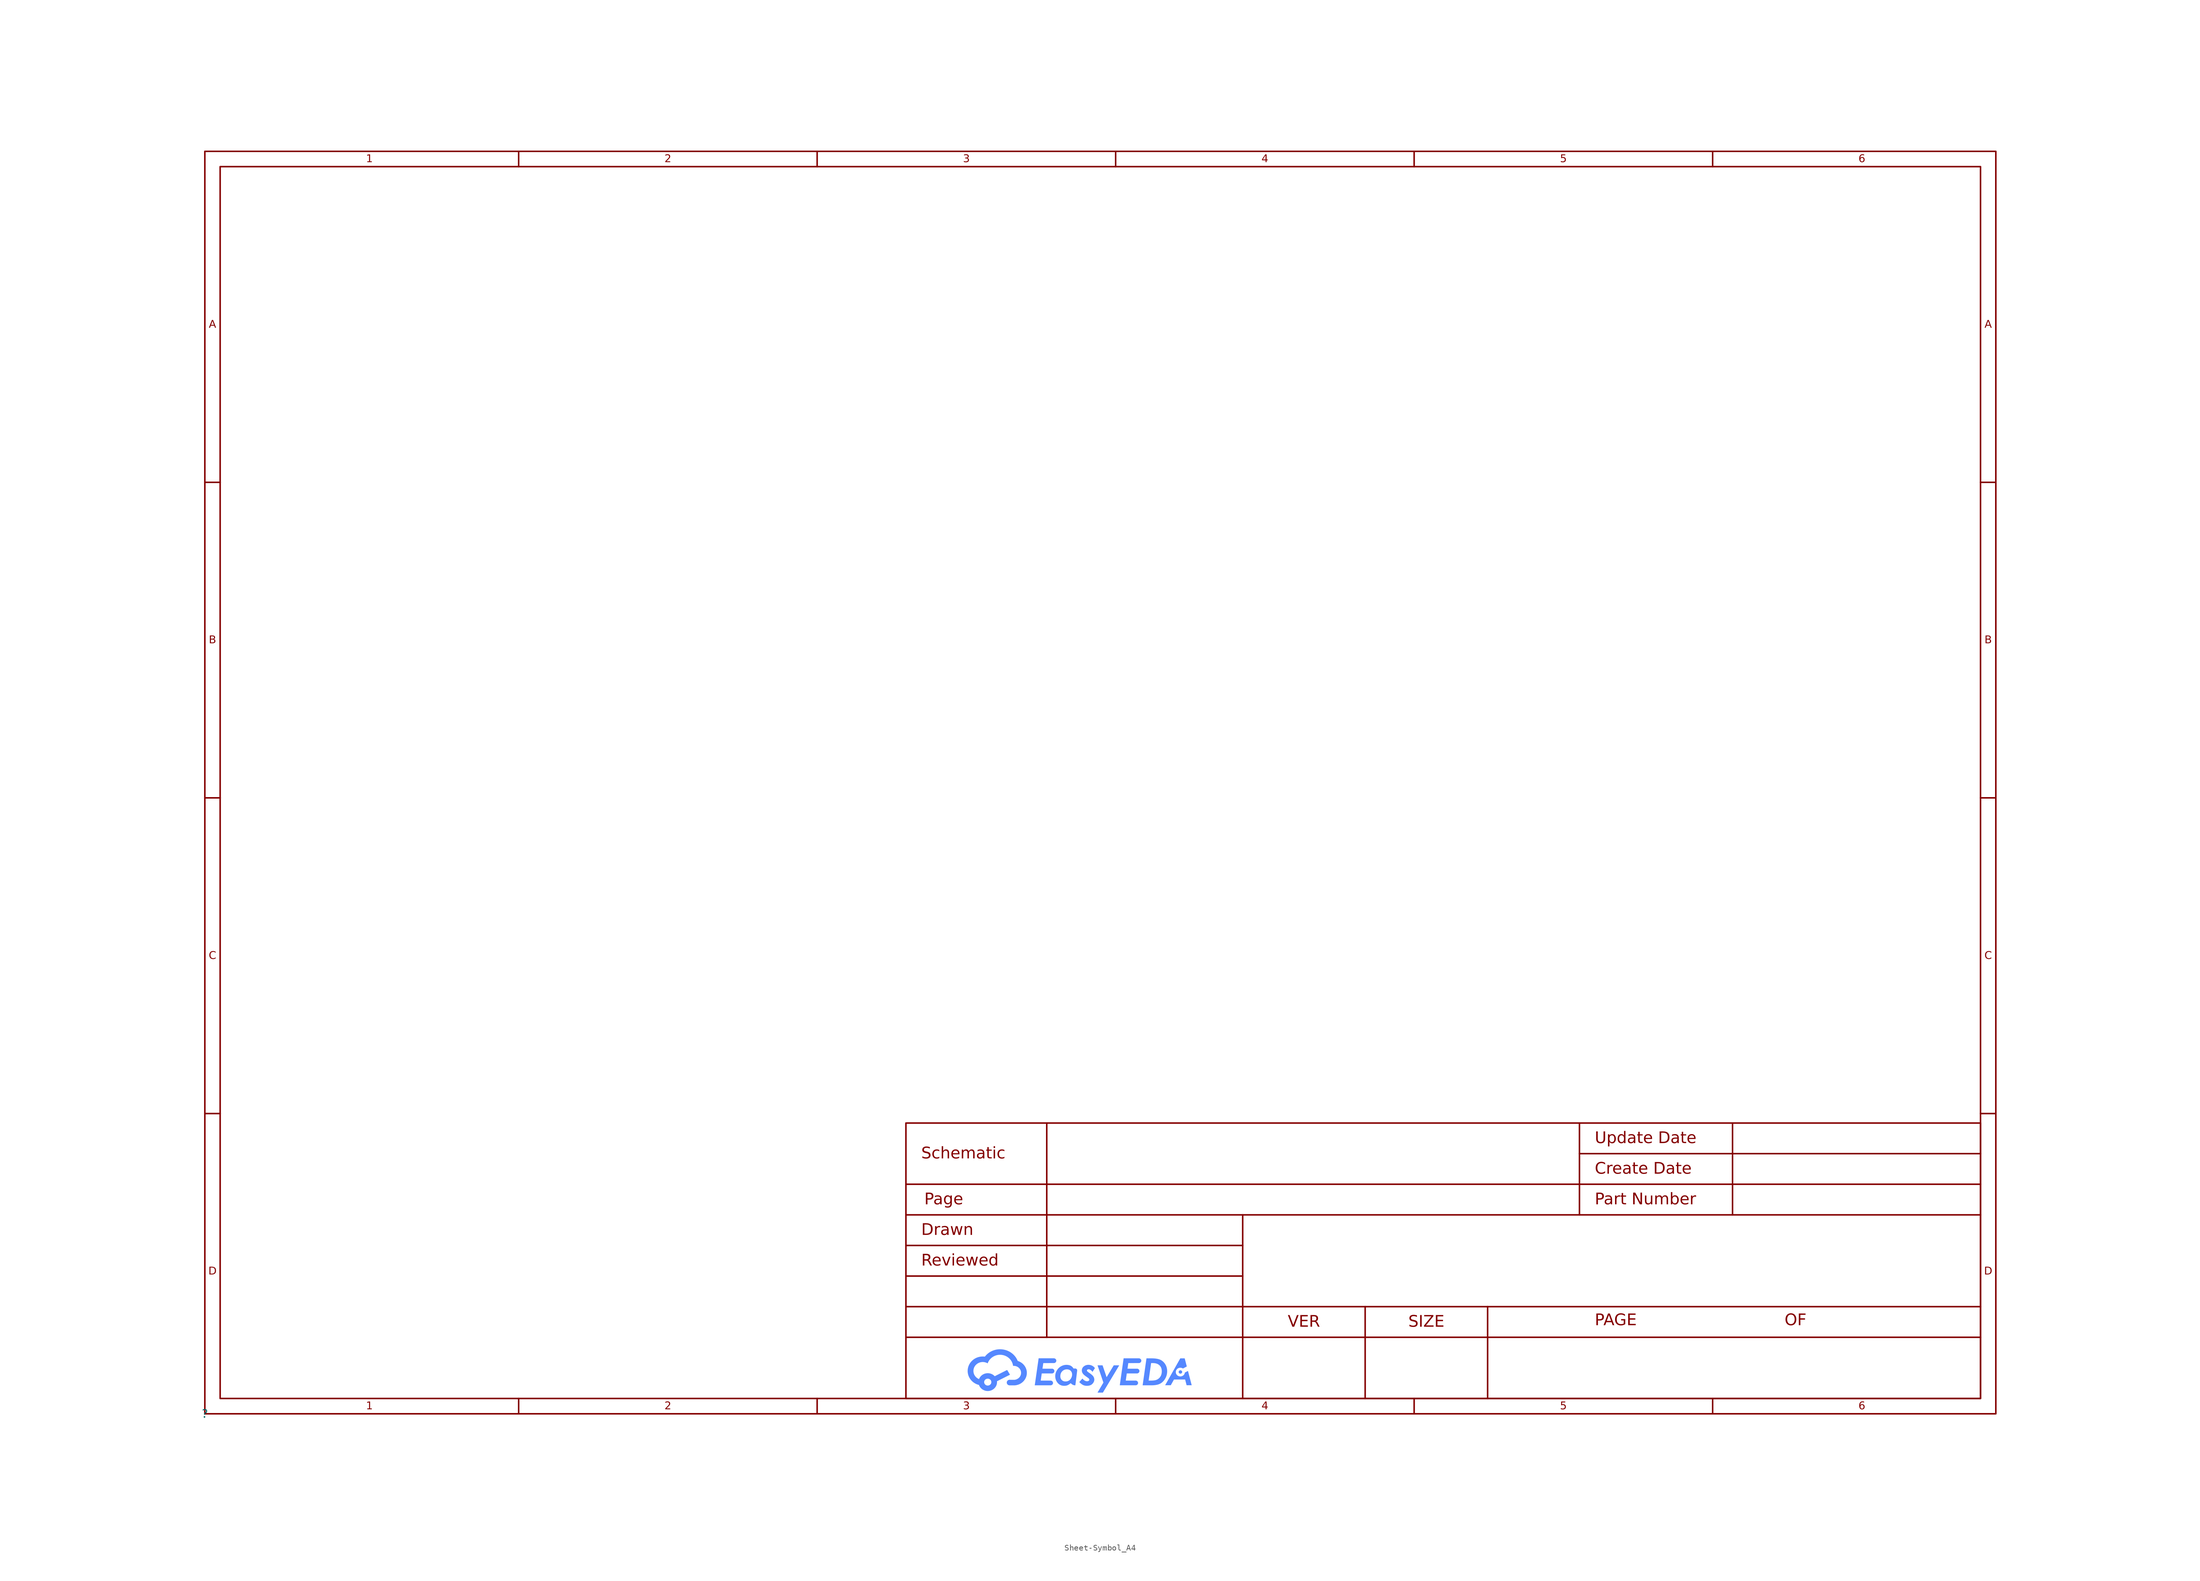
<source format=kicad_sym>
(kicad_symbol_lib
  (version 20231120)
  (generator "kicad_symbol_editor")
  (generator_version "8.0")
  (symbol "Sheet-Symbol_A4"
    (property "Reference" ""
      (at 0 0 0)
      (effects (font (size 1.27 1.27))))
    (property "Value" ""
      (at 0 0 0)
      (effects (font (size 1.27 1.27))))
    (symbol "Sheet-Symbol_A4_0_0"
      (polyline (pts (xy 149.632 6.075) (xy 150.813 8.041) (xy 151.727 8.041) (xy 149.013 3.514) (xy 148.118 3.514) (xy 149.099 5.179) (xy 148.127 8.041) (xy 148.96 8.041) (xy 149.632 6.075)) (stroke (width -0.0001) (type solid)) (fill (type color) (color 85 136 255 1)))
      (polyline (pts (xy 162.939 7.856) (xy 162.295 7.515) (xy 162.272 7.529) (xy 162.248 7.543) (xy 162.224 7.556) (xy 162.199 7.569) (xy 162.174 7.58) (xy 162.148 7.591) (xy 162.121 7.601) (xy 162.095 7.61) (xy 162.067 7.617) (xy 162.039 7.624) (xy 162.011 7.63) (xy 161.982 7.635) (xy 161.953 7.639) (xy 161.924 7.642) (xy 161.894 7.644) (xy 161.865 7.644) (xy 161.826 7.643) (xy 161.787 7.64) (xy 161.75 7.636) (xy 161.713 7.63) (xy 161.676 7.621) (xy 161.641 7.612) (xy 161.606 7.6) (xy 161.571 7.587) (xy 161.538 7.573) (xy 161.505 7.557) (xy 161.474 7.54) (xy 161.443 7.521) (xy 161.414 7.501) (xy 161.385 7.479) (xy 161.358 7.456) (xy 161.332 7.433) (xy 161.307 7.407) (xy 161.283 7.381) (xy 161.261 7.354) (xy 161.24 7.325) (xy 161.22 7.296) (xy 161.202 7.266) (xy 161.185 7.235) (xy 161.17 7.203) (xy 161.157 7.17) (xy 161.145 7.136) (xy 161.135 7.102) (xy 161.126 7.067) (xy 161.12 7.031) (xy 161.115 6.995) (xy 161.112 6.958) (xy 161.111 6.921) (xy 161.112 6.884) (xy 161.115 6.847) (xy 161.12 6.811) (xy 161.126 6.776) (xy 161.135 6.74) (xy 161.145 6.706) (xy 161.157 6.673) (xy 161.17 6.64) (xy 161.185 6.608) (xy 161.202 6.577) (xy 161.22 6.546) (xy 161.24 6.517) (xy 161.261 6.489) (xy 161.283 6.461) (xy 161.307 6.435) (xy 161.332 6.41) (xy 161.358 6.386) (xy 161.385 6.363) (xy 161.414 6.342) (xy 161.443 6.322) (xy 161.474 6.303) (xy 161.505 6.285) (xy 161.538 6.269) (xy 161.571 6.255) (xy 161.606 6.242) (xy 161.641 6.231) (xy 161.676 6.221) (xy 161.713 6.213) (xy 161.75 6.207) (xy 161.787 6.202) (xy 161.826 6.199) (xy 161.865 6.198) (xy 161.901 6.199) (xy 161.936 6.202) (xy 161.971 6.205) (xy 162.006 6.211) (xy 162.04 6.218) (xy 162.073 6.226) (xy 162.106 6.236) (xy 162.139 6.247) (xy 162.17 6.26) (xy 162.201 6.274) (xy 162.231 6.289) (xy 162.26 6.306) (xy 162.288 6.323) (xy 162.316 6.342) (xy 162.343 6.362) (xy 162.368 6.383) (xy 162.393 6.405) (xy 162.416 6.428) (xy 162.439 6.452) (xy 162.46 6.477) (xy 162.48 6.503) (xy 162.499 6.53) (xy 162.517 6.558) (xy 162.533 6.586) (xy 162.548 6.615) (xy 162.562 6.645) (xy 162.574 6.676) (xy 162.585 6.707) (xy 162.595 6.739) (xy 162.602 6.772) (xy 162.609 6.805) (xy 162.613 6.839) (xy 163.132 7.113) (xy 163.751 4.737) (xy 162.904 4.737) (xy 162.658 5.687) (xy 160.811 5.687) (xy 160.281 4.737) (xy 159.341 4.737) (xy 161.853 9.199) (xy 162.59 9.199) (xy 162.939 7.856)) (stroke (width -0.0001) (type solid)) (fill (type color) (color 85 136 255 1)))
      (polyline (pts (xy 161.893 7.218) (xy 161.908 7.216) (xy 161.923 7.215) (xy 161.937 7.212) (xy 161.951 7.209) (xy 161.965 7.205) (xy 161.978 7.201) (xy 161.992 7.196) (xy 162.005 7.191) (xy 162.017 7.184) (xy 162.029 7.178) (xy 162.041 7.17) (xy 162.052 7.163) (xy 162.063 7.154) (xy 162.074 7.146) (xy 162.084 7.136) (xy 162.094 7.127) (xy 162.103 7.117) (xy 162.112 7.106) (xy 162.12 7.095) (xy 162.127 7.084) (xy 162.134 7.072) (xy 162.141 7.06) (xy 162.146 7.048) (xy 162.152 7.035) (xy 162.156 7.022) (xy 162.16 7.009) (xy 162.163 6.995) (xy 162.166 6.981) (xy 162.168 6.968) (xy 162.169 6.953) (xy 162.169 6.939) (xy 162.169 6.925) (xy 162.168 6.911) (xy 162.166 6.897) (xy 162.163 6.883) (xy 162.16 6.869) (xy 162.156 6.856) (xy 162.152 6.843) (xy 162.146 6.83) (xy 162.141 6.818) (xy 162.134 6.806) (xy 162.127 6.795) (xy 162.12 6.783) (xy 162.112 6.772) (xy 162.103 6.762) (xy 162.094 6.752) (xy 162.084 6.742) (xy 162.074 6.733) (xy 162.063 6.724) (xy 162.052 6.716) (xy 162.041 6.708) (xy 162.029 6.701) (xy 162.017 6.694) (xy 162.005 6.688) (xy 161.992 6.682) (xy 161.978 6.677) (xy 161.965 6.673) (xy 161.951 6.669) (xy 161.937 6.666) (xy 161.923 6.663) (xy 161.908 6.662) (xy 161.893 6.66) (xy 161.879 6.66) (xy 161.864 6.66) (xy 161.849 6.662) (xy 161.834 6.663) (xy 161.82 6.666) (xy 161.806 6.669) (xy 161.792 6.673) (xy 161.779 6.677) (xy 161.765 6.682) (xy 161.752 6.688) (xy 161.74 6.694) (xy 161.728 6.701) (xy 161.716 6.708) (xy 161.705 6.716) (xy 161.694 6.724) (xy 161.683 6.733) (xy 161.673 6.742) (xy 161.663 6.752) (xy 161.654 6.762) (xy 161.646 6.772) (xy 161.637 6.783) (xy 161.63 6.795) (xy 161.623 6.806) (xy 161.617 6.818) (xy 161.611 6.83) (xy 161.606 6.843) (xy 161.601 6.856) (xy 161.597 6.869) (xy 161.594 6.883) (xy 161.591 6.897) (xy 161.589 6.911) (xy 161.588 6.925) (xy 161.588 6.939) (xy 161.588 6.953) (xy 161.589 6.968) (xy 161.591 6.981) (xy 161.594 6.995) (xy 161.597 7.009) (xy 161.601 7.022) (xy 161.606 7.035) (xy 161.611 7.048) (xy 161.617 7.06) (xy 161.623 7.072) (xy 161.63 7.084) (xy 161.637 7.095) (xy 161.646 7.106) (xy 161.654 7.117) (xy 161.663 7.127) (xy 161.673 7.136) (xy 161.683 7.146) (xy 161.694 7.154) (xy 161.705 7.163) (xy 161.716 7.17) (xy 161.728 7.178) (xy 161.74 7.184) (xy 161.752 7.191) (xy 161.765 7.196) (xy 161.779 7.201) (xy 161.792 7.205) (xy 161.806 7.209) (xy 161.82 7.212) (xy 161.834 7.215) (xy 161.849 7.216) (xy 161.864 7.218) (xy 161.879 7.218) (xy 161.893 7.218)) (stroke (width -0.0001) (type solid)) (fill (type color) (color 85 136 255 1)))
      (polyline (pts (xy 157.114 9.205) (xy 157.238 9.202) (xy 157.357 9.198) (xy 157.473 9.191) (xy 157.584 9.183) (xy 157.692 9.173) (xy 157.795 9.161) (xy 157.893 9.147) (xy 157.988 9.132) (xy 158.078 9.114) (xy 158.165 9.095) (xy 158.247 9.073) (xy 158.325 9.05) (xy 158.399 9.025) (xy 158.469 8.998) (xy 158.534 8.97) (xy 158.597 8.939) (xy 158.659 8.907) (xy 158.719 8.872) (xy 158.777 8.835) (xy 158.834 8.796) (xy 158.889 8.755) (xy 158.943 8.712) (xy 158.995 8.667) (xy 159.046 8.62) (xy 159.095 8.57) (xy 159.143 8.518) (xy 159.189 8.465) (xy 159.234 8.409) (xy 159.278 8.351) (xy 159.32 8.291) (xy 159.36 8.229) (xy 159.398 8.165) (xy 159.434 8.1) (xy 159.468 8.034) (xy 159.499 7.966) (xy 159.528 7.897) (xy 159.554 7.827) (xy 159.577 7.756) (xy 159.599 7.684) (xy 159.617 7.61) (xy 159.633 7.535) (xy 159.647 7.459) (xy 159.659 7.382) (xy 159.667 7.304) (xy 159.673 7.224) (xy 159.677 7.144) (xy 159.679 7.062) (xy 159.677 6.977) (xy 159.673 6.894) (xy 159.667 6.811) (xy 159.658 6.729) (xy 159.646 6.648) (xy 159.631 6.568) (xy 159.614 6.489) (xy 159.595 6.41) (xy 159.572 6.333) (xy 159.547 6.256) (xy 159.519 6.181) (xy 159.489 6.106) (xy 159.456 6.032) (xy 159.421 5.958) (xy 159.382 5.886) (xy 159.341 5.814) (xy 159.298 5.745) (xy 159.254 5.678) (xy 159.208 5.613) (xy 159.161 5.551) (xy 159.112 5.49) (xy 159.062 5.433) (xy 159.011 5.377) (xy 158.958 5.324) (xy 158.904 5.274) (xy 158.849 5.226) (xy 158.792 5.18) (xy 158.734 5.136) (xy 158.674 5.095) (xy 158.613 5.057) (xy 158.551 5.021) (xy 158.488 4.987) (xy 158.422 4.955) (xy 158.353 4.926) (xy 158.281 4.898) (xy 158.206 4.872) (xy 158.128 4.849) (xy 158.046 4.828) (xy 157.962 4.808) (xy 157.874 4.791) (xy 157.783 4.776) (xy 157.689 4.762) (xy 157.592 4.751) (xy 157.492 4.742) (xy 157.389 4.735) (xy 157.282 4.73) (xy 157.173 4.727) (xy 157.06 4.726) (xy 155.609 4.726) (xy 155.72 5.509) (xy 156.604 5.509) (xy 156.893 5.509) (xy 157.053 5.511) (xy 157.202 5.516) (xy 157.273 5.519) (xy 157.34 5.524) (xy 157.405 5.529) (xy 157.467 5.536) (xy 157.525 5.543) (xy 157.581 5.551) (xy 157.635 5.559) (xy 157.685 5.569) (xy 157.732 5.58) (xy 157.777 5.591) (xy 157.819 5.603) (xy 157.858 5.616) (xy 157.909 5.636) (xy 157.96 5.657) (xy 158.009 5.68) (xy 158.056 5.705) (xy 158.103 5.731) (xy 158.148 5.76) (xy 158.192 5.79) (xy 158.235 5.822) (xy 158.276 5.855) (xy 158.316 5.89) (xy 158.355 5.927) (xy 158.392 5.965) (xy 158.429 6.005) (xy 158.464 6.047) (xy 158.497 6.091) (xy 158.53 6.136) (xy 158.56 6.183) (xy 158.589 6.231) (xy 158.616 6.28) (xy 158.641 6.331) (xy 158.664 6.383) (xy 158.685 6.437) (xy 158.703 6.492) (xy 158.72 6.548) (xy 158.735 6.606) (xy 158.748 6.665) (xy 158.759 6.725) (xy 158.768 6.787) (xy 158.776 6.85) (xy 158.781 6.914) (xy 158.784 6.979) (xy 158.786 7.046) (xy 158.785 7.101) (xy 158.783 7.155) (xy 158.779 7.208) (xy 158.774 7.26) (xy 158.768 7.31) (xy 158.76 7.359) (xy 158.751 7.408) (xy 158.74 7.455) (xy 158.728 7.501) (xy 158.715 7.546) (xy 158.701 7.589) (xy 158.684 7.632) (xy 158.667 7.673) (xy 158.648 7.714) (xy 158.628 7.753) (xy 158.606 7.791) (xy 158.583 7.829) (xy 158.559 7.865) (xy 158.534 7.899) (xy 158.507 7.933) (xy 158.479 7.966) (xy 158.451 7.998) (xy 158.421 8.028) (xy 158.39 8.058) (xy 158.358 8.086) (xy 158.325 8.114) (xy 158.29 8.14) (xy 158.255 8.165) (xy 158.218 8.189) (xy 158.181 8.213) (xy 158.142 8.235) (xy 158.102 8.256) (xy 158.06 8.275) (xy 158.017 8.294) (xy 157.972 8.311) (xy 157.926 8.327) (xy 157.878 8.342) (xy 157.828 8.355) (xy 157.776 8.367) (xy 157.723 8.378) (xy 157.668 8.387) (xy 157.612 8.396) (xy 157.554 8.403) (xy 157.494 8.408) (xy 157.432 8.413) (xy 157.368 8.416) (xy 157.303 8.418) (xy 157.237 8.418) (xy 157.016 8.418) (xy 156.604 5.509) (xy 155.72 5.509) (xy 156.246 9.206) (xy 156.986 9.206) (xy 157.114 9.205)) (stroke (width -0.0001) (type solid)) (fill (type color) (color 85 136 255 1)))
      (polyline (pts (xy 140.893 9.21) (xy 140.914 9.209) (xy 140.934 9.206) (xy 140.955 9.203) (xy 140.975 9.198) (xy 140.994 9.193) (xy 141.013 9.186) (xy 141.032 9.179) (xy 141.051 9.171) (xy 141.068 9.162) (xy 141.086 9.153) (xy 141.103 9.143) (xy 141.119 9.132) (xy 141.135 9.12) (xy 141.149 9.107) (xy 141.164 9.094) (xy 141.178 9.08) (xy 141.191 9.066) (xy 141.203 9.051) (xy 141.214 9.035) (xy 141.225 9.019) (xy 141.235 9.002) (xy 141.244 8.985) (xy 141.253 8.968) (xy 141.26 8.95) (xy 141.267 8.931) (xy 141.272 8.912) (xy 141.277 8.893) (xy 141.281 8.874) (xy 141.283 8.854) (xy 141.285 8.834) (xy 141.285 8.813) (xy 141.285 8.793) (xy 141.283 8.773) (xy 141.281 8.753) (xy 141.277 8.733) (xy 141.272 8.714) (xy 141.267 8.695) (xy 141.26 8.677) (xy 141.253 8.659) (xy 141.244 8.642) (xy 141.235 8.624) (xy 141.225 8.608) (xy 141.214 8.592) (xy 141.203 8.576) (xy 141.191 8.561) (xy 141.178 8.547) (xy 141.164 8.533) (xy 141.149 8.52) (xy 141.135 8.507) (xy 141.119 8.495) (xy 141.103 8.484) (xy 141.086 8.474) (xy 141.068 8.464) (xy 141.051 8.456) (xy 141.032 8.447) (xy 141.013 8.44) (xy 140.994 8.434) (xy 140.975 8.429) (xy 140.955 8.424) (xy 140.934 8.421) (xy 140.914 8.418) (xy 140.893 8.417) (xy 140.871 8.416) (xy 139.125 8.414) (xy 138.99 7.484) (xy 140.627 7.484) (xy 140.645 7.48) (xy 140.663 7.476) (xy 140.681 7.471) (xy 140.698 7.466) (xy 140.715 7.46) (xy 140.732 7.453) (xy 140.748 7.445) (xy 140.763 7.437) (xy 140.779 7.428) (xy 140.793 7.419) (xy 140.808 7.409) (xy 140.822 7.398) (xy 140.835 7.387) (xy 140.848 7.375) (xy 140.86 7.363) (xy 140.872 7.35) (xy 140.883 7.337) (xy 140.894 7.323) (xy 140.904 7.309) (xy 140.913 7.294) (xy 140.922 7.279) (xy 140.929 7.264) (xy 140.937 7.248) (xy 140.943 7.232) (xy 140.949 7.215) (xy 140.954 7.198) (xy 140.958 7.181) (xy 140.962 7.163) (xy 140.964 7.146) (xy 140.966 7.128) (xy 140.967 7.109) (xy 140.967 7.091) (xy 140.966 7.07) (xy 140.965 7.05) (xy 140.962 7.03) (xy 140.958 7.011) (xy 140.954 6.992) (xy 140.948 6.973) (xy 140.942 6.955) (xy 140.934 6.936) (xy 140.926 6.919) (xy 140.917 6.902) (xy 140.907 6.885) (xy 140.896 6.869) (xy 140.884 6.854) (xy 140.872 6.838) (xy 140.859 6.824) (xy 140.845 6.81) (xy 140.831 6.797) (xy 140.816 6.785) (xy 140.8 6.773) (xy 140.784 6.762) (xy 140.767 6.751) (xy 140.75 6.742) (xy 140.732 6.733) (xy 140.714 6.725) (xy 140.695 6.718) (xy 140.676 6.712) (xy 140.656 6.706) (xy 140.636 6.702) (xy 140.616 6.698) (xy 140.595 6.696) (xy 140.574 6.694) (xy 140.553 6.694) (xy 138.871 6.696) (xy 138.699 5.507) (xy 140.332 5.509) (xy 140.353 5.508) (xy 140.374 5.507) (xy 140.394 5.504) (xy 140.414 5.501) (xy 140.434 5.496) (xy 140.453 5.491) (xy 140.472 5.485) (xy 140.491 5.478) (xy 140.509 5.47) (xy 140.527 5.461) (xy 140.544 5.452) (xy 140.56 5.442) (xy 140.577 5.431) (xy 140.592 5.419) (xy 140.607 5.407) (xy 140.621 5.394) (xy 140.635 5.38) (xy 140.648 5.366) (xy 140.66 5.351) (xy 140.671 5.335) (xy 140.682 5.319) (xy 140.692 5.303) (xy 140.701 5.286) (xy 140.709 5.269) (xy 140.716 5.251) (xy 140.723 5.233) (xy 140.728 5.214) (xy 140.733 5.195) (xy 140.737 5.176) (xy 140.739 5.156) (xy 140.741 5.136) (xy 140.741 5.116) (xy 140.741 5.096) (xy 140.739 5.077) (xy 140.737 5.058) (xy 140.733 5.039) (xy 140.729 5.02) (xy 140.723 5.002) (xy 140.717 4.984) (xy 140.71 4.966) (xy 140.702 4.949) (xy 140.693 4.933) (xy 140.683 4.916) (xy 140.673 4.901) (xy 140.662 4.885) (xy 140.65 4.871) (xy 140.637 4.856) (xy 140.624 4.843) (xy 140.61 4.83) (xy 140.596 4.818) (xy 140.581 4.806) (xy 140.565 4.795) (xy 140.549 4.785) (xy 140.532 4.775) (xy 140.515 4.767) (xy 140.497 4.759) (xy 140.479 4.752) (xy 140.46 4.745) (xy 140.441 4.74) (xy 140.422 4.735) (xy 140.402 4.731) (xy 140.382 4.728) (xy 140.362 4.726) (xy 140.341 4.726) (xy 137.709 4.726) (xy 138.351 9.211) (xy 140.871 9.211) (xy 140.893 9.21)) (stroke (width -0.0001) (type solid)) (fill (type color) (color 85 136 255 1)))
      (polyline (pts (xy 154.995 9.208) (xy 155.016 9.206) (xy 155.037 9.204) (xy 155.058 9.2) (xy 155.078 9.196) (xy 155.098 9.19) (xy 155.117 9.184) (xy 155.136 9.177) (xy 155.154 9.169) (xy 155.172 9.16) (xy 155.189 9.151) (xy 155.206 9.14) (xy 155.222 9.129) (xy 155.238 9.118) (xy 155.253 9.105) (xy 155.268 9.092) (xy 155.281 9.078) (xy 155.295 9.064) (xy 155.307 9.049) (xy 155.319 9.034) (xy 155.33 9.017) (xy 155.34 9.001) (xy 155.349 8.984) (xy 155.357 8.966) (xy 155.365 8.948) (xy 155.372 8.93) (xy 155.378 8.912) (xy 155.383 8.893) (xy 155.387 8.873) (xy 155.389 8.854) (xy 155.392 8.834) (xy 155.393 8.813) (xy 155.392 8.793) (xy 155.39 8.773) (xy 155.388 8.753) (xy 155.384 8.733) (xy 155.379 8.714) (xy 155.374 8.695) (xy 155.367 8.677) (xy 155.36 8.659) (xy 155.351 8.642) (xy 155.342 8.624) (xy 155.332 8.608) (xy 155.322 8.592) (xy 155.31 8.576) (xy 155.298 8.561) (xy 155.285 8.547) (xy 155.271 8.533) (xy 155.257 8.52) (xy 155.242 8.507) (xy 155.226 8.495) (xy 155.21 8.484) (xy 155.193 8.474) (xy 155.175 8.464) (xy 155.158 8.456) (xy 155.139 8.447) (xy 155.12 8.44) (xy 155.101 8.434) (xy 155.082 8.429) (xy 155.062 8.424) (xy 155.041 8.421) (xy 155.021 8.418) (xy 155 8.417) (xy 154.978 8.416) (xy 153.232 8.414) (xy 153.097 7.484) (xy 154.734 7.484) (xy 154.752 7.48) (xy 154.77 7.476) (xy 154.788 7.471) (xy 154.805 7.466) (xy 154.822 7.46) (xy 154.839 7.453) (xy 154.855 7.445) (xy 154.87 7.437) (xy 154.886 7.428) (xy 154.901 7.419) (xy 154.915 7.409) (xy 154.929 7.398) (xy 154.942 7.387) (xy 154.955 7.375) (xy 154.968 7.363) (xy 154.98 7.35) (xy 154.991 7.337) (xy 155.002 7.323) (xy 155.012 7.309) (xy 155.021 7.295) (xy 155.03 7.28) (xy 155.038 7.264) (xy 155.046 7.249) (xy 155.052 7.232) (xy 155.058 7.216) (xy 155.064 7.199) (xy 155.068 7.182) (xy 155.072 7.165) (xy 155.075 7.147) (xy 155.077 7.129) (xy 155.078 7.111) (xy 155.078 7.093) (xy 155.078 7.073) (xy 155.076 7.053) (xy 155.074 7.033) (xy 155.07 7.013) (xy 155.065 6.994) (xy 155.06 6.975) (xy 155.053 6.957) (xy 155.046 6.939) (xy 155.038 6.921) (xy 155.028 6.904) (xy 155.018 6.887) (xy 155.008 6.871) (xy 154.996 6.856) (xy 154.984 6.841) (xy 154.971 6.826) (xy 154.957 6.812) (xy 154.943 6.799) (xy 154.928 6.787) (xy 154.912 6.775) (xy 154.896 6.764) (xy 154.879 6.753) (xy 154.862 6.744) (xy 154.844 6.735) (xy 154.825 6.727) (xy 154.807 6.72) (xy 154.787 6.714) (xy 154.768 6.708) (xy 154.748 6.704) (xy 154.727 6.7) (xy 154.707 6.698) (xy 154.686 6.696) (xy 154.665 6.696) (xy 152.981 6.698) (xy 152.809 5.509) (xy 154.441 5.511) (xy 154.462 5.511) (xy 154.483 5.509) (xy 154.504 5.506) (xy 154.524 5.503) (xy 154.543 5.499) (xy 154.563 5.493) (xy 154.582 5.487) (xy 154.6 5.48) (xy 154.619 5.472) (xy 154.636 5.463) (xy 154.653 5.454) (xy 154.67 5.444) (xy 154.686 5.433) (xy 154.701 5.421) (xy 154.716 5.409) (xy 154.731 5.396) (xy 154.744 5.382) (xy 154.757 5.368) (xy 154.769 5.353) (xy 154.781 5.338) (xy 154.791 5.322) (xy 154.801 5.305) (xy 154.81 5.288) (xy 154.818 5.271) (xy 154.826 5.253) (xy 154.832 5.235) (xy 154.838 5.216) (xy 154.842 5.197) (xy 154.846 5.178) (xy 154.849 5.158) (xy 154.85 5.138) (xy 154.851 5.118) (xy 154.85 5.098) (xy 154.849 5.079) (xy 154.846 5.06) (xy 154.843 5.041) (xy 154.838 5.022) (xy 154.833 5.004) (xy 154.826 4.986) (xy 154.819 4.968) (xy 154.811 4.951) (xy 154.802 4.935) (xy 154.793 4.918) (xy 154.782 4.903) (xy 154.771 4.888) (xy 154.759 4.873) (xy 154.747 4.859) (xy 154.733 4.845) (xy 154.72 4.832) (xy 154.705 4.82) (xy 154.69 4.808) (xy 154.674 4.797) (xy 154.658 4.787) (xy 154.641 4.778) (xy 154.624 4.769) (xy 154.606 4.761) (xy 154.588 4.754) (xy 154.57 4.747) (xy 154.551 4.742) (xy 154.531 4.737) (xy 154.512 4.733) (xy 154.492 4.731) (xy 154.471 4.729) (xy 154.451 4.728) (xy 151.816 4.728) (xy 152.453 9.208) (xy 154.974 9.208) (xy 154.995 9.208)) (stroke (width -0.0001) (type solid)) (fill (type color) (color 85 136 255 1)))
      (polyline (pts (xy 143.017 8.123) (xy 143.059 8.122) (xy 143.103 8.119) (xy 143.147 8.115) (xy 143.192 8.11) (xy 143.238 8.104) (xy 143.284 8.097) (xy 143.329 8.089) (xy 143.374 8.079) (xy 143.419 8.069) (xy 143.462 8.057) (xy 143.505 8.045) (xy 143.546 8.031) (xy 143.585 8.016) (xy 143.622 8) (xy 143.657 7.983) (xy 143.691 7.965) (xy 143.723 7.946) (xy 143.755 7.926) (xy 143.786 7.905) (xy 143.816 7.883) (xy 143.846 7.86) (xy 143.875 7.836) (xy 143.903 7.811) (xy 143.931 7.785) (xy 143.958 7.757) (xy 143.984 7.729) (xy 144.009 7.7) (xy 144.034 7.67) (xy 144.058 7.638) (xy 144.081 7.606) (xy 144.104 7.573) (xy 144.134 7.519) (xy 144.425 7.519) (xy 144.442 7.519) (xy 144.458 7.517) (xy 144.474 7.515) (xy 144.49 7.512) (xy 144.506 7.509) (xy 144.521 7.504) (xy 144.536 7.499) (xy 144.551 7.494) (xy 144.565 7.487) (xy 144.579 7.48) (xy 144.593 7.473) (xy 144.606 7.465) (xy 144.619 7.456) (xy 144.631 7.447) (xy 144.643 7.437) (xy 144.654 7.427) (xy 144.664 7.416) (xy 144.675 7.404) (xy 144.684 7.393) (xy 144.693 7.381) (xy 144.702 7.368) (xy 144.709 7.355) (xy 144.716 7.342) (xy 144.723 7.328) (xy 144.729 7.314) (xy 144.734 7.299) (xy 144.738 7.285) (xy 144.742 7.269) (xy 144.744 7.254) (xy 144.746 7.239) (xy 144.748 7.223) (xy 144.748 7.207) (xy 144.753 7.207) (xy 144.458 4.822) (xy 144.446 4.726) (xy 144.362 4.726) (xy 144.328 4.728) (xy 144.295 4.732) (xy 144.262 4.737) (xy 144.229 4.744) (xy 144.197 4.751) (xy 144.165 4.76) (xy 144.134 4.77) (xy 144.103 4.78) (xy 144.073 4.793) (xy 144.043 4.806) (xy 144.014 4.819) (xy 143.985 4.835) (xy 143.958 4.851) (xy 143.93 4.867) (xy 143.904 4.885) (xy 143.878 4.904) (xy 143.876 4.906) (xy 143.868 4.911) (xy 143.843 4.931) (xy 143.768 4.992) (xy 143.66 5.083) (xy 143.625 5.052) (xy 143.591 5.023) (xy 143.558 4.995) (xy 143.524 4.968) (xy 143.491 4.943) (xy 143.458 4.918) (xy 143.425 4.895) (xy 143.393 4.873) (xy 143.361 4.852) (xy 143.329 4.833) (xy 143.297 4.814) (xy 143.266 4.797) (xy 143.235 4.781) (xy 143.204 4.766) (xy 143.174 4.752) (xy 143.143 4.739) (xy 143.113 4.727) (xy 143.083 4.715) (xy 143.051 4.705) (xy 143.02 4.695) (xy 142.988 4.686) (xy 142.955 4.678) (xy 142.922 4.671) (xy 142.889 4.665) (xy 142.855 4.659) (xy 142.82 4.654) (xy 142.785 4.65) (xy 142.75 4.647) (xy 142.714 4.644) (xy 142.678 4.642) (xy 142.641 4.641) (xy 142.604 4.641) (xy 142.519 4.643) (xy 142.437 4.648) (xy 142.356 4.658) (xy 142.278 4.671) (xy 142.202 4.688) (xy 142.128 4.709) (xy 142.056 4.733) (xy 141.987 4.762) (xy 141.92 4.794) (xy 141.855 4.83) (xy 141.792 4.869) (xy 141.731 4.913) (xy 141.673 4.96) (xy 141.617 5.011) (xy 141.563 5.066) (xy 141.511 5.125) (xy 141.462 5.186) (xy 141.416 5.249) (xy 141.374 5.312) (xy 141.334 5.377) (xy 141.298 5.443) (xy 141.264 5.511) (xy 141.234 5.579) (xy 141.208 5.649) (xy 141.184 5.72) (xy 141.163 5.792) (xy 141.146 5.866) (xy 141.132 5.941) (xy 141.12 6.016) (xy 141.113 6.094) (xy 141.108 6.172) (xy 141.107 6.232) (xy 141.953 6.232) (xy 141.954 6.184) (xy 141.957 6.137) (xy 141.961 6.091) (xy 141.968 6.047) (xy 141.976 6.003) (xy 141.986 5.961) (xy 141.998 5.92) (xy 142.012 5.881) (xy 142.028 5.842) (xy 142.046 5.804) (xy 142.066 5.768) (xy 142.087 5.733) (xy 142.111 5.699) (xy 142.136 5.667) (xy 142.163 5.635) (xy 142.192 5.605) (xy 142.223 5.576) (xy 142.255 5.548) (xy 142.287 5.523) (xy 142.321 5.5) (xy 142.356 5.478) (xy 142.392 5.459) (xy 142.429 5.441) (xy 142.466 5.425) (xy 142.506 5.411) (xy 142.546 5.399) (xy 142.587 5.389) (xy 142.629 5.381) (xy 142.672 5.374) (xy 142.717 5.37) (xy 142.762 5.367) (xy 142.809 5.366) (xy 142.848 5.367) (xy 142.886 5.368) (xy 142.923 5.371) (xy 142.96 5.374) (xy 142.997 5.379) (xy 143.032 5.385) (xy 143.067 5.392) (xy 143.102 5.399) (xy 143.136 5.408) (xy 143.169 5.418) (xy 143.202 5.429) (xy 143.233 5.441) (xy 143.265 5.454) (xy 143.296 5.468) (xy 143.326 5.484) (xy 143.355 5.5) (xy 143.384 5.517) (xy 143.412 5.536) (xy 143.44 5.556) (xy 143.467 5.576) (xy 143.494 5.598) (xy 143.52 5.622) (xy 143.545 5.646) (xy 143.57 5.672) (xy 143.594 5.699) (xy 143.617 5.727) (xy 143.64 5.756) (xy 143.663 5.786) (xy 143.684 5.818) (xy 143.705 5.851) (xy 143.726 5.884) (xy 143.746 5.919) (xy 143.765 5.955) (xy 143.783 5.991) (xy 143.799 6.027) (xy 143.815 6.063) (xy 143.829 6.099) (xy 143.842 6.135) (xy 143.854 6.172) (xy 143.864 6.208) (xy 143.874 6.245) (xy 143.882 6.282) (xy 143.888 6.319) (xy 143.894 6.356) (xy 143.898 6.393) (xy 143.901 6.43) (xy 143.903 6.467) (xy 143.904 6.504) (xy 143.903 6.553) (xy 143.9 6.6) (xy 143.896 6.646) (xy 143.889 6.691) (xy 143.881 6.735) (xy 143.871 6.778) (xy 143.859 6.819) (xy 143.845 6.859) (xy 143.829 6.898) (xy 143.811 6.936) (xy 143.792 6.973) (xy 143.771 7.008) (xy 143.747 7.042) (xy 143.722 7.075) (xy 143.696 7.107) (xy 143.667 7.138) (xy 143.637 7.166) (xy 143.605 7.193) (xy 143.572 7.218) (xy 143.539 7.242) (xy 143.504 7.263) (xy 143.467 7.283) (xy 143.43 7.301) (xy 143.391 7.316) (xy 143.351 7.33) (xy 143.31 7.343) (xy 143.268 7.353) (xy 143.225 7.361) (xy 143.18 7.368) (xy 143.134 7.373) (xy 143.087 7.375) (xy 143.039 7.376) (xy 142.983 7.375) (xy 142.928 7.372) (xy 142.874 7.365) (xy 142.821 7.357) (xy 142.769 7.346) (xy 142.718 7.332) (xy 142.669 7.316) (xy 142.62 7.297) (xy 142.572 7.276) (xy 142.526 7.252) (xy 142.481 7.226) (xy 142.436 7.198) (xy 142.393 7.166) (xy 142.351 7.133) (xy 142.309 7.096) (xy 142.269 7.057) (xy 142.231 7.016) (xy 142.195 6.974) (xy 142.161 6.931) (xy 142.13 6.885) (xy 142.102 6.839) (xy 142.076 6.791) (xy 142.053 6.741) (xy 142.032 6.691) (xy 142.013 6.638) (xy 141.997 6.585) (xy 141.984 6.529) (xy 141.972 6.473) (xy 141.964 6.415) (xy 141.958 6.355) (xy 141.954 6.294) (xy 141.953 6.232) (xy 141.107 6.232) (xy 141.106 6.252) (xy 141.107 6.313) (xy 141.111 6.373) (xy 141.116 6.434) (xy 141.123 6.494) (xy 141.132 6.553) (xy 141.143 6.612) (xy 141.157 6.671) (xy 141.172 6.73) (xy 141.189 6.788) (xy 141.209 6.846) (xy 141.23 6.903) (xy 141.254 6.96) (xy 141.279 7.017) (xy 141.306 7.073) (xy 141.335 7.129) (xy 141.367 7.184) (xy 141.4 7.239) (xy 141.434 7.293) (xy 141.47 7.344) (xy 141.507 7.395) (xy 141.546 7.443) (xy 141.586 7.49) (xy 141.627 7.536) (xy 141.67 7.58) (xy 141.714 7.622) (xy 141.76 7.663) (xy 141.807 7.702) (xy 141.855 7.74) (xy 141.905 7.777) (xy 141.956 7.811) (xy 142.008 7.845) (xy 142.062 7.876) (xy 142.117 7.906) (xy 142.172 7.934) (xy 142.227 7.96) (xy 142.283 7.985) (xy 142.339 8.007) (xy 142.395 8.027) (xy 142.452 8.046) (xy 142.509 8.062) (xy 142.566 8.076) (xy 142.624 8.089) (xy 142.681 8.1) (xy 142.74 8.108) (xy 142.798 8.115) (xy 142.857 8.12) (xy 142.917 8.123) (xy 142.976 8.124) (xy 143.017 8.123)) (stroke (width -0.0001) (type solid)) (fill (type color) (color 85 136 255 1)))
      (polyline (pts (xy 146.664 8.126) (xy 146.703 8.124) (xy 146.742 8.121) (xy 146.78 8.117) (xy 146.818 8.112) (xy 146.856 8.106) (xy 146.894 8.099) (xy 146.932 8.091) (xy 146.969 8.081) (xy 147.006 8.071) (xy 147.043 8.059) (xy 147.079 8.046) (xy 147.115 8.032) (xy 147.151 8.017) (xy 147.187 8.001) (xy 147.223 7.983) (xy 147.258 7.965) (xy 147.292 7.946) (xy 147.325 7.925) (xy 147.358 7.904) (xy 147.39 7.882) (xy 147.421 7.859) (xy 147.451 7.835) (xy 147.481 7.81) (xy 147.51 7.784) (xy 147.538 7.757) (xy 147.566 7.729) (xy 147.593 7.701) (xy 147.619 7.671) (xy 147.644 7.641) (xy 147.668 7.609) (xy 147.692 7.577) (xy 147.288 6.955) (xy 147.268 6.982) (xy 147.248 7.009) (xy 147.228 7.035) (xy 147.208 7.059) (xy 147.188 7.083) (xy 147.168 7.106) (xy 147.148 7.128) (xy 147.127 7.149) (xy 147.107 7.169) (xy 147.086 7.188) (xy 147.065 7.206) (xy 147.044 7.223) (xy 147.024 7.24) (xy 147.002 7.255) (xy 146.981 7.269) (xy 146.96 7.283) (xy 146.939 7.295) (xy 146.917 7.307) (xy 146.897 7.318) (xy 146.876 7.328) (xy 146.855 7.338) (xy 146.835 7.346) (xy 146.814 7.354) (xy 146.794 7.361) (xy 146.774 7.367) (xy 146.754 7.373) (xy 146.735 7.377) (xy 146.715 7.381) (xy 146.696 7.384) (xy 146.677 7.386) (xy 146.658 7.387) (xy 146.639 7.388) (xy 146.625 7.387) (xy 146.611 7.387) (xy 146.598 7.386) (xy 146.585 7.384) (xy 146.572 7.382) (xy 146.559 7.379) (xy 146.547 7.376) (xy 146.535 7.372) (xy 146.523 7.369) (xy 146.511 7.364) (xy 146.499 7.359) (xy 146.488 7.354) (xy 146.477 7.348) (xy 146.466 7.341) (xy 146.456 7.335) (xy 146.446 7.327) (xy 146.436 7.32) (xy 146.427 7.312) (xy 146.418 7.304) (xy 146.411 7.296) (xy 146.403 7.288) (xy 146.397 7.28) (xy 146.391 7.272) (xy 146.385 7.263) (xy 146.381 7.255) (xy 146.377 7.246) (xy 146.373 7.237) (xy 146.371 7.229) (xy 146.369 7.219) (xy 146.367 7.21) (xy 146.367 7.201) (xy 146.367 7.191) (xy 146.367 7.182) (xy 146.368 7.173) (xy 146.369 7.164) (xy 146.371 7.154) (xy 146.373 7.145) (xy 146.376 7.136) (xy 146.379 7.127) (xy 146.382 7.118) (xy 146.387 7.108) (xy 146.391 7.099) (xy 146.397 7.09) (xy 146.402 7.081) (xy 146.408 7.072) (xy 146.415 7.062) (xy 146.422 7.053) (xy 146.43 7.044) (xy 146.438 7.034) (xy 146.448 7.023) (xy 146.475 6.999) (xy 146.508 6.97) (xy 146.55 6.937) (xy 146.6 6.899) (xy 146.657 6.857) (xy 146.722 6.811) (xy 146.795 6.761) (xy 146.855 6.719) (xy 146.912 6.678) (xy 146.966 6.638) (xy 147.018 6.599) (xy 147.067 6.561) (xy 147.114 6.523) (xy 147.158 6.486) (xy 147.199 6.45) (xy 147.238 6.414) (xy 147.274 6.379) (xy 147.308 6.345) (xy 147.339 6.312) (xy 147.367 6.28) (xy 147.393 6.248) (xy 147.416 6.217) (xy 147.437 6.187) (xy 147.455 6.157) (xy 147.473 6.126) (xy 147.489 6.096) (xy 147.504 6.064) (xy 147.518 6.033) (xy 147.53 6.001) (xy 147.542 5.97) (xy 147.552 5.937) (xy 147.561 5.905) (xy 147.569 5.872) (xy 147.575 5.838) (xy 147.581 5.805) (xy 147.585 5.771) (xy 147.588 5.737) (xy 147.589 5.702) (xy 147.59 5.667) (xy 147.589 5.621) (xy 147.585 5.576) (xy 147.579 5.53) (xy 147.57 5.485) (xy 147.559 5.441) (xy 147.546 5.396) (xy 147.53 5.352) (xy 147.511 5.308) (xy 147.49 5.264) (xy 147.467 5.221) (xy 147.441 5.178) (xy 147.412 5.136) (xy 147.382 5.093) (xy 147.348 5.051) (xy 147.312 5.01) (xy 147.274 4.969) (xy 147.233 4.929) (xy 147.19 4.892) (xy 147.145 4.857) (xy 147.098 4.825) (xy 147.048 4.796) (xy 146.996 4.769) (xy 146.942 4.745) (xy 146.886 4.723) (xy 146.828 4.704) (xy 146.767 4.687) (xy 146.705 4.673) (xy 146.64 4.661) (xy 146.572 4.652) (xy 146.503 4.646) (xy 146.431 4.642) (xy 146.357 4.641) (xy 146.315 4.641) (xy 146.272 4.643) (xy 146.23 4.646) (xy 146.188 4.649) (xy 146.147 4.654) (xy 146.107 4.66) (xy 146.066 4.666) (xy 146.027 4.674) (xy 145.988 4.683) (xy 145.949 4.693) (xy 145.911 4.704) (xy 145.873 4.716) (xy 145.836 4.729) (xy 145.799 4.743) (xy 145.763 4.758) (xy 145.727 4.775) (xy 145.692 4.792) (xy 145.656 4.812) (xy 145.619 4.833) (xy 145.582 4.856) (xy 145.544 4.88) (xy 145.506 4.907) (xy 145.467 4.935) (xy 145.428 4.965) (xy 145.388 4.997) (xy 145.347 5.03) (xy 145.306 5.065) (xy 145.265 5.102) (xy 145.223 5.14) (xy 145.181 5.18) (xy 145.095 5.266) (xy 145.618 5.85) (xy 145.663 5.795) (xy 145.708 5.744) (xy 145.754 5.697) (xy 145.8 5.653) (xy 145.847 5.612) (xy 145.894 5.575) (xy 145.942 5.542) (xy 145.991 5.512) (xy 146.04 5.486) (xy 146.089 5.463) (xy 146.139 5.443) (xy 146.19 5.428) (xy 146.241 5.415) (xy 146.292 5.407) (xy 146.345 5.401) (xy 146.397 5.399) (xy 146.418 5.4) (xy 146.438 5.401) (xy 146.457 5.402) (xy 146.476 5.404) (xy 146.495 5.407) (xy 146.513 5.411) (xy 146.53 5.415) (xy 146.547 5.419) (xy 146.564 5.425) (xy 146.58 5.43) (xy 146.595 5.437) (xy 146.61 5.444) (xy 146.624 5.451) (xy 146.638 5.46) (xy 146.652 5.468) (xy 146.665 5.478) (xy 146.677 5.488) (xy 146.688 5.498) (xy 146.699 5.508) (xy 146.709 5.519) (xy 146.718 5.53) (xy 146.726 5.541) (xy 146.733 5.552) (xy 146.74 5.564) (xy 146.746 5.575) (xy 146.751 5.587) (xy 146.755 5.599) (xy 146.758 5.611) (xy 146.761 5.624) (xy 146.763 5.636) (xy 146.764 5.649) (xy 146.764 5.663) (xy 146.764 5.674) (xy 146.763 5.684) (xy 146.762 5.695) (xy 146.76 5.706) (xy 146.757 5.717) (xy 146.754 5.728) (xy 146.75 5.739) (xy 146.745 5.75) (xy 146.74 5.761) (xy 146.734 5.772) (xy 146.728 5.783) (xy 146.721 5.794) (xy 146.714 5.805) (xy 146.706 5.816) (xy 146.697 5.828) (xy 146.688 5.839) (xy 146.677 5.851) (xy 146.664 5.864) (xy 146.633 5.893) (xy 146.593 5.927) (xy 146.545 5.965) (xy 146.489 6.007) (xy 146.424 6.054) (xy 146.352 6.105) (xy 146.272 6.16) (xy 146.224 6.194) (xy 146.178 6.226) (xy 146.133 6.258) (xy 146.091 6.29) (xy 146.05 6.32) (xy 146.012 6.351) (xy 145.975 6.38) (xy 145.94 6.409) (xy 145.907 6.438) (xy 145.876 6.466) (xy 145.847 6.493) (xy 145.82 6.52) (xy 145.794 6.546) (xy 145.771 6.571) (xy 145.749 6.596) (xy 145.73 6.62) (xy 145.704 6.654) (xy 145.681 6.687) (xy 145.659 6.722) (xy 145.638 6.756) (xy 145.619 6.79) (xy 145.602 6.825) (xy 145.587 6.861) (xy 145.573 6.896) (xy 145.56 6.931) (xy 145.55 6.967) (xy 145.541 7.003) (xy 145.533 7.04) (xy 145.528 7.076) (xy 145.524 7.113) (xy 145.521 7.15) (xy 145.52 7.187) (xy 145.522 7.238) (xy 145.525 7.288) (xy 145.532 7.337) (xy 145.541 7.385) (xy 145.552 7.432) (xy 145.566 7.477) (xy 145.583 7.521) (xy 145.602 7.564) (xy 145.624 7.606) (xy 145.648 7.647) (xy 145.675 7.686) (xy 145.705 7.725) (xy 145.737 7.762) (xy 145.771 7.797) (xy 145.809 7.832) (xy 145.848 7.865) (xy 145.89 7.897) (xy 145.932 7.926) (xy 145.976 7.954) (xy 146.02 7.979) (xy 146.065 8.003) (xy 146.112 8.024) (xy 146.159 8.043) (xy 146.207 8.061) (xy 146.256 8.076) (xy 146.306 8.089) (xy 146.357 8.101) (xy 146.409 8.11) (xy 146.462 8.117) (xy 146.515 8.122) (xy 146.57 8.125) (xy 146.625 8.126) (xy 146.664 8.126)) (stroke (width -0.0001) (type solid)) (fill (type color) (color 85 136 255 1)))
      (polyline (pts (xy 132.098 10.707) (xy 132.242 10.697) (xy 132.384 10.681) (xy 132.526 10.659) (xy 132.666 10.631) (xy 132.804 10.597) (xy 132.94 10.557) (xy 133.074 10.511) (xy 133.206 10.459) (xy 133.335 10.402) (xy 133.462 10.338) (xy 133.585 10.27) (xy 133.706 10.195) (xy 133.823 10.116) (xy 133.936 10.03) (xy 134.046 9.94) (xy 134.115 9.879) (xy 134.182 9.815) (xy 134.247 9.75) (xy 134.309 9.684) (xy 134.37 9.616) (xy 134.428 9.546) (xy 134.484 9.475) (xy 134.537 9.402) (xy 134.588 9.328) (xy 134.637 9.252) (xy 134.683 9.175) (xy 134.727 9.097) (xy 134.769 9.018) (xy 134.808 8.938) (xy 134.844 8.856) (xy 134.878 8.773) (xy 135.04 8.717) (xy 135.196 8.65) (xy 135.345 8.571) (xy 135.487 8.482) (xy 135.62 8.383) (xy 135.745 8.274) (xy 135.861 8.156) (xy 135.967 8.03) (xy 136.063 7.897) (xy 136.148 7.756) (xy 136.222 7.609) (xy 136.283 7.456) (xy 136.332 7.297) (xy 136.368 7.133) (xy 136.381 7.05) (xy 136.39 6.966) (xy 136.395 6.88) (xy 136.397 6.794) (xy 136.395 6.696) (xy 136.387 6.599) (xy 136.376 6.502) (xy 136.359 6.407) (xy 136.338 6.312) (xy 136.313 6.219) (xy 136.283 6.127) (xy 136.248 6.037) (xy 136.21 5.948) (xy 136.167 5.861) (xy 136.12 5.776) (xy 136.068 5.693) (xy 136.013 5.612) (xy 135.953 5.534) (xy 135.89 5.457) (xy 135.823 5.384) (xy 135.752 5.314) (xy 135.679 5.247) (xy 135.602 5.184) (xy 135.524 5.125) (xy 135.442 5.069) (xy 135.358 5.017) (xy 135.272 4.969) (xy 135.184 4.925) (xy 135.093 4.885) (xy 135.001 4.849) (xy 134.907 4.817) (xy 134.811 4.79) (xy 134.714 4.766) (xy 134.616 4.747) (xy 134.516 4.732) (xy 134.416 4.721) (xy 134.374 4.717) (xy 133.506 4.717) (xy 133.506 4.721) (xy 133.483 4.723) (xy 133.46 4.727) (xy 133.438 4.731) (xy 133.416 4.737) (xy 133.394 4.743) (xy 133.373 4.75) (xy 133.352 4.758) (xy 133.332 4.768) (xy 133.312 4.777) (xy 133.293 4.788) (xy 133.274 4.8) (xy 133.256 4.812) (xy 133.239 4.825) (xy 133.222 4.839) (xy 133.206 4.853) (xy 133.191 4.868) (xy 133.176 4.884) (xy 133.162 4.901) (xy 133.149 4.918) (xy 133.137 4.935) (xy 133.126 4.954) (xy 133.115 4.972) (xy 133.105 4.991) (xy 133.096 5.011) (xy 133.089 5.031) (xy 133.082 5.052) (xy 133.076 5.073) (xy 133.071 5.094) (xy 133.067 5.116) (xy 133.064 5.138) (xy 133.063 5.16) (xy 133.062 5.183) (xy 133.063 5.207) (xy 133.065 5.231) (xy 133.068 5.254) (xy 133.072 5.277) (xy 133.077 5.299) (xy 133.084 5.321) (xy 133.091 5.343) (xy 133.1 5.364) (xy 133.11 5.384) (xy 133.12 5.404) (xy 133.132 5.424) (xy 133.145 5.443) (xy 133.158 5.461) (xy 133.173 5.478) (xy 133.188 5.495) (xy 133.204 5.511) (xy 133.22 5.527) (xy 133.238 5.541) (xy 133.256 5.555) (xy 133.275 5.568) (xy 133.295 5.58) (xy 133.315 5.591) (xy 133.336 5.601) (xy 133.357 5.611) (xy 133.379 5.619) (xy 133.402 5.626) (xy 133.425 5.633) (xy 133.448 5.638) (xy 133.472 5.642) (xy 133.496 5.645) (xy 133.521 5.646) (xy 133.546 5.647) (xy 133.558 5.647) (xy 133.57 5.647) (xy 133.582 5.646) (xy 133.594 5.645) (xy 133.606 5.644) (xy 133.618 5.642) (xy 133.63 5.641) (xy 133.641 5.638) (xy 134.332 5.638) (xy 134.389 5.644) (xy 134.446 5.653) (xy 134.502 5.664) (xy 134.557 5.678) (xy 134.611 5.694) (xy 134.663 5.712) (xy 134.715 5.732) (xy 134.765 5.755) (xy 134.815 5.78) (xy 134.862 5.807) (xy 134.909 5.836) (xy 134.953 5.866) (xy 134.996 5.899) (xy 135.038 5.934) (xy 135.078 5.97) (xy 135.116 6.008) (xy 135.153 6.047) (xy 135.187 6.088) (xy 135.22 6.131) (xy 135.25 6.175) (xy 135.279 6.221) (xy 135.305 6.267) (xy 135.329 6.315) (xy 135.351 6.365) (xy 135.37 6.415) (xy 135.388 6.466) (xy 135.402 6.519) (xy 135.414 6.572) (xy 135.424 6.627) (xy 135.431 6.682) (xy 135.435 6.737) (xy 135.436 6.794) (xy 135.435 6.854) (xy 135.43 6.913) (xy 135.423 6.971) (xy 135.412 7.028) (xy 135.398 7.084) (xy 135.382 7.139) (xy 135.363 7.193) (xy 135.341 7.245) (xy 135.317 7.297) (xy 135.291 7.347) (xy 135.261 7.396) (xy 135.23 7.443) (xy 135.196 7.488) (xy 135.16 7.532) (xy 135.122 7.574) (xy 135.082 7.614) (xy 135.04 7.653) (xy 134.996 7.689) (xy 134.951 7.724) (xy 134.903 7.756) (xy 134.854 7.786) (xy 134.803 7.814) (xy 134.751 7.84) (xy 134.698 7.863) (xy 134.643 7.884) (xy 134.587 7.902) (xy 134.529 7.918) (xy 134.471 7.931) (xy 134.411 7.941) (xy 134.351 7.948) (xy 134.289 7.953) (xy 134.227 7.954) (xy 134.212 7.954) (xy 134.198 7.954) (xy 134.183 7.953) (xy 134.168 7.953) (xy 134.153 7.952) (xy 134.138 7.951) (xy 134.123 7.949) (xy 134.109 7.948) (xy 134.095 8.044) (xy 134.076 8.139) (xy 134.054 8.233) (xy 134.026 8.325) (xy 133.995 8.415) (xy 133.959 8.503) (xy 133.92 8.589) (xy 133.877 8.674) (xy 133.83 8.756) (xy 133.779 8.835) (xy 133.725 8.913) (xy 133.667 8.988) (xy 133.606 9.06) (xy 133.541 9.129) (xy 133.474 9.196) (xy 133.403 9.259) (xy 133.33 9.32) (xy 133.253 9.377) (xy 133.174 9.432) (xy 133.093 9.483) (xy 133.009 9.53) (xy 132.923 9.574) (xy 132.834 9.614) (xy 132.743 9.65) (xy 132.65 9.683) (xy 132.556 9.712) (xy 132.459 9.736) (xy 132.361 9.756) (xy 132.261 9.772) (xy 132.16 9.784) (xy 132.057 9.791) (xy 131.953 9.793) (xy 131.863 9.791) (xy 131.775 9.786) (xy 131.687 9.777) (xy 131.601 9.766) (xy 131.516 9.751) (xy 131.432 9.732) (xy 131.349 9.711) (xy 131.267 9.687) (xy 131.187 9.659) (xy 131.108 9.629) (xy 131.031 9.596) (xy 130.956 9.56) (xy 130.882 9.522) (xy 130.81 9.48) (xy 130.74 9.437) (xy 130.672 9.39) (xy 130.605 9.342) (xy 130.541 9.291) (xy 130.479 9.238) (xy 130.419 9.182) (xy 130.361 9.124) (xy 130.306 9.065) (xy 130.253 9.003) (xy 130.202 8.939) (xy 130.154 8.873) (xy 130.109 8.806) (xy 130.066 8.737) (xy 130.026 8.666) (xy 129.989 8.594) (xy 129.954 8.52) (xy 129.923 8.444) (xy 129.895 8.367) (xy 129.85 8.393) (xy 129.804 8.418) (xy 129.757 8.441) (xy 129.709 8.463) (xy 129.66 8.483) (xy 129.611 8.501) (xy 129.56 8.518) (xy 129.509 8.533) (xy 129.457 8.547) (xy 129.404 8.559) (xy 129.351 8.569) (xy 129.297 8.577) (xy 129.243 8.584) (xy 129.188 8.589) (xy 129.132 8.591) (xy 129.076 8.592) (xy 128.996 8.591) (xy 128.918 8.585) (xy 128.841 8.575) (xy 128.765 8.562) (xy 128.69 8.546) (xy 128.617 8.526) (xy 128.545 8.502) (xy 128.475 8.476) (xy 128.406 8.446) (xy 128.34 8.413) (xy 128.275 8.378) (xy 128.212 8.339) (xy 128.152 8.298) (xy 128.094 8.254) (xy 128.037 8.207) (xy 127.984 8.158) (xy 127.933 8.106) (xy 127.884 8.053) (xy 127.838 7.997) (xy 127.795 7.939) (xy 127.755 7.878) (xy 127.718 7.816) (xy 127.684 7.753) (xy 127.653 7.687) (xy 127.626 7.62) (xy 127.601 7.551) (xy 127.58 7.481) (xy 127.563 7.409) (xy 127.55 7.336) (xy 127.54 7.262) (xy 127.534 7.187) (xy 127.532 7.111) (xy 127.533 7.054) (xy 127.536 6.998) (xy 127.542 6.943) (xy 127.549 6.888) (xy 127.559 6.833) (xy 127.571 6.78) (xy 127.584 6.727) (xy 127.6 6.675) (xy 127.618 6.624) (xy 127.637 6.574) (xy 127.658 6.524) (xy 127.681 6.476) (xy 127.706 6.428) (xy 127.733 6.381) (xy 127.761 6.336) (xy 127.79 6.291) (xy 127.822 6.248) (xy 127.855 6.205) (xy 127.889 6.164) (xy 127.925 6.125) (xy 127.963 6.086) (xy 128.002 6.048) (xy 128.042 6.013) (xy 128.083 5.978) (xy 128.126 5.945) (xy 128.17 5.913) (xy 128.215 5.882) (xy 128.261 5.854) (xy 128.309 5.826) (xy 128.357 5.801) (xy 128.407 5.777) (xy 128.457 5.754) (xy 128.502 5.859) (xy 128.554 5.96) (xy 128.614 6.057) (xy 128.681 6.149) (xy 128.754 6.235) (xy 128.835 6.316) (xy 128.921 6.391) (xy 129.013 6.459) (xy 129.11 6.521) (xy 129.213 6.576) (xy 129.319 6.623) (xy 129.43 6.663) (xy 129.545 6.694) (xy 129.663 6.717) (xy 129.785 6.731) (xy 129.846 6.735) (xy 129.909 6.736) (xy 129.994 6.734) (xy 130.079 6.727) (xy 130.162 6.716) (xy 130.244 6.701) (xy 130.324 6.682) (xy 130.403 6.658) (xy 130.479 6.631) (xy 130.554 6.601) (xy 130.626 6.566) (xy 130.696 6.528) (xy 130.764 6.487) (xy 130.83 6.442) (xy 130.893 6.395) (xy 130.953 6.344) (xy 131.01 6.29) (xy 131.064 6.234) (xy 133.13 7.274) (xy 133.602 6.488) (xy 131.441 5.399) (xy 131.443 5.382) (xy 131.444 5.364) (xy 131.445 5.346) (xy 131.446 5.328) (xy 131.447 5.31) (xy 131.448 5.292) (xy 131.448 5.274) (xy 131.448 5.257) (xy 131.446 5.181) (xy 131.44 5.106) (xy 131.43 5.032) (xy 131.417 4.959) (xy 131.4 4.888) (xy 131.379 4.818) (xy 131.355 4.749) (xy 131.327 4.682) (xy 131.296 4.617) (xy 131.262 4.553) (xy 131.225 4.491) (xy 131.185 4.431) (xy 131.142 4.373) (xy 131.096 4.318) (xy 131.048 4.264) (xy 130.997 4.213) (xy 130.943 4.164) (xy 130.887 4.117) (xy 130.829 4.073) (xy 130.769 4.032) (xy 130.706 3.994) (xy 130.642 3.958) (xy 130.575 3.925) (xy 130.507 3.896) (xy 130.437 3.869) (xy 130.366 3.846) (xy 130.293 3.826) (xy 130.218 3.81) (xy 130.143 3.797) (xy 130.066 3.787) (xy 129.988 3.781) (xy 129.909 3.78) (xy 129.845 3.781) (xy 129.783 3.784) (xy 129.721 3.79) (xy 129.66 3.799) (xy 129.6 3.809) (xy 129.54 3.822) (xy 129.482 3.837) (xy 129.424 3.854) (xy 129.367 3.874) (xy 129.312 3.895) (xy 129.257 3.918) (xy 129.204 3.944) (xy 129.152 3.971) (xy 129.101 4) (xy 129.051 4.031) (xy 129.002 4.063) (xy 128.956 4.098) (xy 128.91 4.134) (xy 128.866 4.171) (xy 128.823 4.21) (xy 128.782 4.251) (xy 128.743 4.293) (xy 128.705 4.337) (xy 128.669 4.382) (xy 128.635 4.428) (xy 128.603 4.476) (xy 128.573 4.525) (xy 128.544 4.575) (xy 128.518 4.626) (xy 128.493 4.678) (xy 128.471 4.731) (xy 128.45 4.786) (xy 128.362 4.809) (xy 128.276 4.835) (xy 128.19 4.865) (xy 128.106 4.897) (xy 128.022 4.932) (xy 127.941 4.97) (xy 127.861 5.011) (xy 127.782 5.055) (xy 127.705 5.101) (xy 127.63 5.151) (xy 127.557 5.202) (xy 127.486 5.257) (xy 129.313 5.257) (xy 129.314 5.227) (xy 129.316 5.198) (xy 129.32 5.17) (xy 129.325 5.142) (xy 129.332 5.114) (xy 129.34 5.087) (xy 129.35 5.061) (xy 129.36 5.035) (xy 129.372 5.009) (xy 129.385 4.985) (xy 129.4 4.961) (xy 129.415 4.938) (xy 129.432 4.915) (xy 129.45 4.894) (xy 129.468 4.873) (xy 129.488 4.853) (xy 129.509 4.834) (xy 129.53 4.816) (xy 129.553 4.799) (xy 129.576 4.783) (xy 129.6 4.768) (xy 129.625 4.755) (xy 129.651 4.742) (xy 129.677 4.73) (xy 129.704 4.72) (xy 129.732 4.711) (xy 129.76 4.704) (xy 129.789 4.697) (xy 129.818 4.692) (xy 129.848 4.688) (xy 129.878 4.686) (xy 129.909 4.685) (xy 129.939 4.686) (xy 129.969 4.688) (xy 129.999 4.692) (xy 130.028 4.697) (xy 130.057 4.704) (xy 130.085 4.711) (xy 130.113 4.72) (xy 130.14 4.73) (xy 130.166 4.742) (xy 130.192 4.755) (xy 130.217 4.768) (xy 130.241 4.783) (xy 130.264 4.799) (xy 130.287 4.816) (xy 130.309 4.834) (xy 130.329 4.853) (xy 130.349 4.873) (xy 130.368 4.894) (xy 130.385 4.915) (xy 130.402 4.938) (xy 130.417 4.961) (xy 130.432 4.985) (xy 130.445 5.009) (xy 130.457 5.035) (xy 130.468 5.061) (xy 130.477 5.087) (xy 130.485 5.114) (xy 130.492 5.142) (xy 130.497 5.17) (xy 130.501 5.198) (xy 130.503 5.227) (xy 130.504 5.257) (xy 130.503 5.286) (xy 130.501 5.315) (xy 130.497 5.343) (xy 130.492 5.372) (xy 130.485 5.399) (xy 130.477 5.426) (xy 130.468 5.453) (xy 130.457 5.479) (xy 130.445 5.504) (xy 130.432 5.529) (xy 130.417 5.553) (xy 130.402 5.576) (xy 130.385 5.598) (xy 130.368 5.62) (xy 130.349 5.64) (xy 130.329 5.66) (xy 130.309 5.679) (xy 130.287 5.697) (xy 130.264 5.714) (xy 130.241 5.73) (xy 130.217 5.745) (xy 130.192 5.759) (xy 130.166 5.771) (xy 130.14 5.783) (xy 130.113 5.793) (xy 130.085 5.802) (xy 130.057 5.81) (xy 130.028 5.816) (xy 129.999 5.821) (xy 129.969 5.825) (xy 129.939 5.827) (xy 129.909 5.828) (xy 129.878 5.827) (xy 129.848 5.825) (xy 129.818 5.821) (xy 129.789 5.816) (xy 129.76 5.81) (xy 129.732 5.802) (xy 129.704 5.793) (xy 129.677 5.783) (xy 129.651 5.771) (xy 129.625 5.759) (xy 129.6 5.745) (xy 129.576 5.73) (xy 129.553 5.714) (xy 129.53 5.697) (xy 129.509 5.679) (xy 129.488 5.66) (xy 129.468 5.64) (xy 129.45 5.62) (xy 129.432 5.598) (xy 129.415 5.576) (xy 129.4 5.553) (xy 129.385 5.529) (xy 129.372 5.504) (xy 129.36 5.479) (xy 129.35 5.453) (xy 129.34 5.426) (xy 129.332 5.399) (xy 129.325 5.372) (xy 129.32 5.343) (xy 129.316 5.315) (xy 129.314 5.286) (xy 129.313 5.257) (xy 127.486 5.257) (xy 127.485 5.257) (xy 127.416 5.314) (xy 127.349 5.373) (xy 127.283 5.435) (xy 127.22 5.5) (xy 127.144 5.584) (xy 127.073 5.671) (xy 127.006 5.761) (xy 126.944 5.854) (xy 126.886 5.949) (xy 126.833 6.046) (xy 126.784 6.145) (xy 126.741 6.247) (xy 126.702 6.35) (xy 126.668 6.454) (xy 126.64 6.561) (xy 126.616 6.668) (xy 126.598 6.777) (xy 126.584 6.887) (xy 126.576 6.997) (xy 126.574 7.109) (xy 126.577 7.229) (xy 126.586 7.348) (xy 126.601 7.465) (xy 126.622 7.581) (xy 126.648 7.696) (xy 126.681 7.809) (xy 126.719 7.92) (xy 126.763 8.029) (xy 126.812 8.136) (xy 126.867 8.24) (xy 126.927 8.342) (xy 126.993 8.441) (xy 127.063 8.537) (xy 127.139 8.63) (xy 127.22 8.72) (xy 127.306 8.807) (xy 127.397 8.889) (xy 127.49 8.967) (xy 127.588 9.04) (xy 127.688 9.108) (xy 127.791 9.17) (xy 127.898 9.228) (xy 128.006 9.281) (xy 128.118 9.328) (xy 128.232 9.37) (xy 128.347 9.407) (xy 128.465 9.438) (xy 128.584 9.463) (xy 128.705 9.483) (xy 128.828 9.498) (xy 128.951 9.507) (xy 129.076 9.51) (xy 129.121 9.509) (xy 129.166 9.508) (xy 129.211 9.506) (xy 129.256 9.503) (xy 129.3 9.5) (xy 129.344 9.495) (xy 129.388 9.491) (xy 129.432 9.485) (xy 129.467 9.531) (xy 129.503 9.576) (xy 129.541 9.62) (xy 129.579 9.664) (xy 129.618 9.707) (xy 129.658 9.749) (xy 129.698 9.79) (xy 129.74 9.831) (xy 129.782 9.871) (xy 129.826 9.91) (xy 129.87 9.949) (xy 129.915 9.986) (xy 129.961 10.024) (xy 130.008 10.06) (xy 130.055 10.095) (xy 130.104 10.13) (xy 130.206 10.199) (xy 130.311 10.264) (xy 130.417 10.324) (xy 130.526 10.381) (xy 130.637 10.432) (xy 130.749 10.48) (xy 130.864 10.523) (xy 130.98 10.562) (xy 131.097 10.597) (xy 131.216 10.627) (xy 131.336 10.652) (xy 131.457 10.673) (xy 131.58 10.689) (xy 131.703 10.701) (xy 131.828 10.708) (xy 131.953 10.71) (xy 132.098 10.707)) (stroke (width -0.0001) (type solid)) (fill (type color) (color 85 136 255 1))))
    (symbol "Sheet-Symbol_A4_1_0"
      (polyline (pts (xy 0 49.835) (xy 2.54 49.835)) (stroke (width 0.254) (type solid)) (fill (type none)))
      (polyline (pts (xy 0 102.235) (xy 2.54 102.235)) (stroke (width 0.254) (type solid)) (fill (type none)))
      (polyline (pts (xy 0 154.61) (xy 2.54 154.61)) (stroke (width 0.254) (type solid)) (fill (type none)))
      (polyline (pts (xy 52.07 2.54) (xy 52.07 0)) (stroke (width 0.254) (type solid)) (fill (type none)))
      (polyline (pts (xy 52.07 209.55) (xy 52.07 207.01)) (stroke (width 0.254) (type solid)) (fill (type none)))
      (polyline (pts (xy 101.6 2.54) (xy 101.6 0)) (stroke (width 0.254) (type solid)) (fill (type none)))
      (polyline (pts (xy 101.6 209.55) (xy 101.6 207.01)) (stroke (width 0.254) (type solid)) (fill (type none)))
      (polyline (pts (xy 139.7 12.7) (xy 139.7 48.26)) (stroke (width 0.254) (type solid)) (fill (type none)))
      (polyline (pts (xy 151.13 2.54) (xy 151.13 0)) (stroke (width 0.254) (type solid)) (fill (type none)))
      (polyline (pts (xy 151.13 209.55) (xy 151.13 207.01)) (stroke (width 0.254) (type solid)) (fill (type none)))
      (polyline (pts (xy 172.212 22.86) (xy 116.332 22.86)) (stroke (width 0.254) (type solid)) (fill (type none)))
      (polyline (pts (xy 172.212 27.94) (xy 116.332 27.94)) (stroke (width 0.254) (type solid)) (fill (type none)))
      (polyline (pts (xy 172.212 33.02) (xy 172.212 2.54)) (stroke (width 0.254) (type solid)) (fill (type none)))
      (polyline (pts (xy 192.532 2.54) (xy 192.532 17.78)) (stroke (width 0.254) (type solid)) (fill (type none)))
      (polyline (pts (xy 200.66 2.54) (xy 200.66 0)) (stroke (width 0.254) (type solid)) (fill (type none)))
      (polyline (pts (xy 200.66 209.55) (xy 200.66 207.01)) (stroke (width 0.254) (type solid)) (fill (type none)))
      (polyline (pts (xy 212.852 17.78) (xy 212.852 2.54)) (stroke (width 0.254) (type solid)) (fill (type none)))
      (polyline (pts (xy 228.092 48.26) (xy 228.092 33.02)) (stroke (width 0.254) (type solid)) (fill (type none)))
      (polyline (pts (xy 250.19 2.54) (xy 250.19 0)) (stroke (width 0.254) (type solid)) (fill (type none)))
      (polyline (pts (xy 250.19 209.55) (xy 250.19 207.01)) (stroke (width 0.254) (type solid)) (fill (type none)))
      (polyline (pts (xy 253.492 33.02) (xy 253.492 48.26)) (stroke (width 0.254) (type solid)) (fill (type none)))
      (polyline (pts (xy 294.64 12.7) (xy 116.332 12.7)) (stroke (width 0.254) (type solid)) (fill (type none)))
      (polyline (pts (xy 294.64 17.78) (xy 116.332 17.78)) (stroke (width 0.254) (type solid)) (fill (type none)))
      (polyline (pts (xy 294.64 33.02) (xy 116.332 33.02)) (stroke (width 0.254) (type solid)) (fill (type none)))
      (polyline (pts (xy 294.64 38.1) (xy 116.332 38.1)) (stroke (width 0.254) (type solid)) (fill (type none)))
      (polyline (pts (xy 294.64 43.18) (xy 228.092 43.18)) (stroke (width 0.254) (type solid)) (fill (type none)))
      (polyline (pts (xy 294.64 49.835) (xy 297.18 49.835)) (stroke (width 0.254) (type solid)) (fill (type none)))
      (polyline (pts (xy 294.64 102.235) (xy 297.18 102.235)) (stroke (width 0.254) (type solid)) (fill (type none)))
      (polyline (pts (xy 294.64 154.61) (xy 297.18 154.61)) (stroke (width 0.254) (type solid)) (fill (type none)))
      (rectangle (start 0 209.55) (end 297.18 0) (stroke (width 0.254) (type solid)) (fill (type none)))
      (rectangle (start 2.54 207.01) (end 294.64 2.54) (stroke (width 0.254) (type solid)) (fill (type none)))
      (rectangle (start 116.332 48.26) (end 294.64 2.54) (stroke (width 0.254) (type solid)) (fill (type none)))
      (text "1" (at 27.305 1.27 0) (effects (font (face "宋体") (size 1.27 1.27))))
      (text "1" (at 27.305 208.28 0) (effects (font (face "宋体") (size 1.27 1.27))))
      (text "2" (at 76.835 1.27 0) (effects (font (face "宋体") (size 1.27 1.27))))
      (text "2" (at 76.835 208.28 0) (effects (font (face "宋体") (size 1.27 1.27))))
      (text "3" (at 126.365 1.27 0) (effects (font (face "宋体") (size 1.27 1.27))))
      (text "3" (at 126.365 208.28 0) (effects (font (face "宋体") (size 1.27 1.27))))
      (text "4" (at 175.895 1.27 0) (effects (font (face "宋体") (size 1.27 1.27))))
      (text "4" (at 175.895 208.28 0) (effects (font (face "宋体") (size 1.27 1.27))))
      (text "5" (at 225.425 1.27 0) (effects (font (face "宋体") (size 1.27 1.27))))
      (text "5" (at 225.425 208.28 0) (effects (font (face "宋体") (size 1.27 1.27))))
      (text "6" (at 274.955 1.27 0) (effects (font (face "宋体") (size 1.27 1.27))))
      (text "6" (at 274.955 208.28 0) (effects (font (face "宋体") (size 1.27 1.27))))
      (text "A" (at 1.27 180.797 0) (effects (font (face "宋体") (size 1.27 1.27))))
      (text "A" (at 295.91 180.797 0) (effects (font (face "宋体") (size 1.27 1.27))))
      (text "B" (at 1.27 128.422 0) (effects (font (face "宋体") (size 1.27 1.27))))
      (text "B" (at 295.91 128.422 0) (effects (font (face "宋体") (size 1.27 1.27))))
      (text "C" (at 1.27 76.022 0) (effects (font (face "宋体") (size 1.27 1.27))))
      (text "C" (at 295.91 76.022 0) (effects (font (face "宋体") (size 1.27 1.27))))
      (text "Create Date" (at 230.632 40.64 0) (effects (font (face "宋体") (size 1.905 1.905)) (justify left)))
      (text "D" (at 1.27 23.647 0) (effects (font (face "宋体") (size 1.27 1.27))))
      (text "D" (at 295.91 23.647 0) (effects (font (face "宋体") (size 1.27 1.27))))
      (text "Drawn" (at 118.872 30.48 0) (effects (font (face "宋体") (size 1.905 1.905)) (justify left)))
      (text "OF" (at 262.128 15.494 0) (effects (font (face "宋体") (size 1.905 1.905)) (justify left)))
      (text "Page" (at 119.38 35.56 0) (effects (font (face "宋体") (size 1.905 1.905)) (justify left)))
      (text "PAGE" (at 230.632 15.494 0) (effects (font (face "宋体") (size 1.905 1.905)) (justify left)))
      (text "Part Number" (at 230.632 35.56 0) (effects (font (face "宋体") (size 1.905 1.905)) (justify left)))
      (text "Reviewed" (at 118.872 25.4 0) (effects (font (face "宋体") (size 1.905 1.905)) (justify left)))
      (text "Schematic" (at 118.872 43.18 0) (effects (font (face "宋体") (size 1.905 1.905)) (justify left)))
      (text "SIZE" (at 202.692 15.24 0) (effects (font (face "宋体") (size 1.905 1.905))))
      (text "Update Date" (at 230.632 45.72 0) (effects (font (face "宋体") (size 1.905 1.905)) (justify left)))
      (text "VER" (at 182.372 15.24 0) (effects (font (face "宋体") (size 1.905 1.905)))))))
</source>
